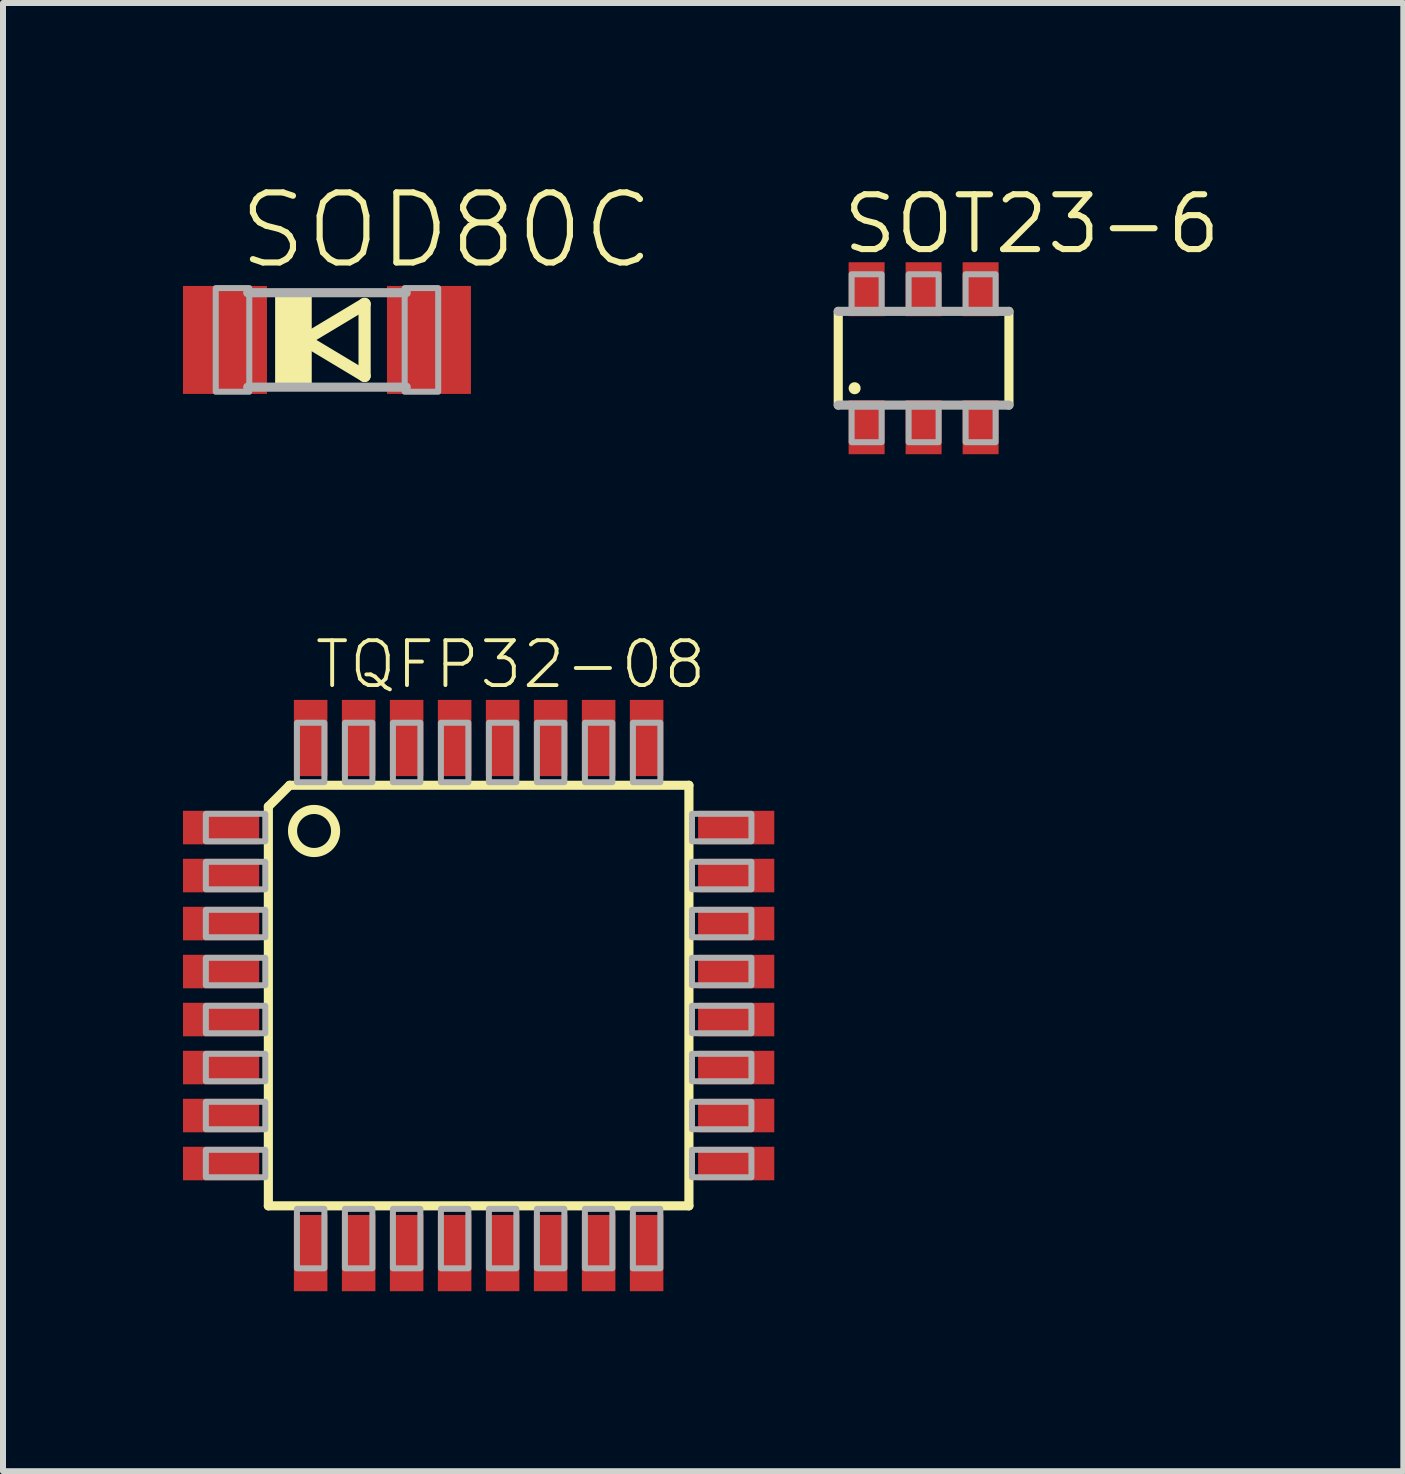
<source format=kicad_pcb>
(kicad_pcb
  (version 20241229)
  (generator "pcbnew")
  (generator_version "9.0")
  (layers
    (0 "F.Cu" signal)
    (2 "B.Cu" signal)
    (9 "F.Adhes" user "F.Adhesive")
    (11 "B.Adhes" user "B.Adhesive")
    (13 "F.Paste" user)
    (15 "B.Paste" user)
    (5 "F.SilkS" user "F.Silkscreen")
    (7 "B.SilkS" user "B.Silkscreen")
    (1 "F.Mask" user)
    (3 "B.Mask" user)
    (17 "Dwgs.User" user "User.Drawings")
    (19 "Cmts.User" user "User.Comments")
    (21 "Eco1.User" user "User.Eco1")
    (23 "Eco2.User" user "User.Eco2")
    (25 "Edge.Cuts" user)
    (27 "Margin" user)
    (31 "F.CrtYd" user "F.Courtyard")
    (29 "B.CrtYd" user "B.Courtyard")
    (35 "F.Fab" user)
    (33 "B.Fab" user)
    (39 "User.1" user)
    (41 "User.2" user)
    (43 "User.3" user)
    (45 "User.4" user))
  (footprint "TQFP32-08"
    (layer "F.Cu")
    (at 4.928 13.544)
    (property "Reference" "TQFP32-08" (at -2.769 -5.08 0) (unlocked yes) (layer "F.SilkS") (effects (font (size 0.748 0.748) (thickness 0.065)) (justify left bottom)))
    (fp_line (start -3.505 3.505) (end -3.505 -3.15) (stroke (width 0.152) (type solid)) (layer "F.SilkS"))
    (fp_line (start -3.15 -3.505) (end -3.505 -3.15) (stroke (width 0.152) (type solid)) (layer "F.SilkS"))
    (fp_line (start -3.15 -3.505) (end 3.505 -3.505) (stroke (width 0.152) (type solid)) (layer "F.SilkS"))
    (fp_line (start 3.505 -3.505) (end 3.505 3.505) (stroke (width 0.152) (type solid)) (layer "F.SilkS"))
    (fp_line (start 3.505 3.505) (end -3.505 3.505) (stroke (width 0.152) (type solid)) (layer "F.SilkS"))
    (fp_circle (center -2.743 -2.743) (end -2.384 -2.743) (stroke (width 0.152) (type solid)) (fill no) (layer "F.SilkS"))
    (fp_poly (pts (xy -4.547 -2.571) (xy -3.556 -2.571) (xy -3.556 -3.029) (xy -4.547 -3.029)) (stroke (width 0.1) (type default)) (fill no) (layer "F.Fab"))
    (fp_poly (pts (xy -4.547 -1.771) (xy -3.556 -1.771) (xy -3.556 -2.229) (xy -4.547 -2.229)) (stroke (width 0.1) (type default)) (fill no) (layer "F.Fab"))
    (fp_poly (pts (xy -4.547 -0.971) (xy -3.556 -0.971) (xy -3.556 -1.429) (xy -4.547 -1.429)) (stroke (width 0.1) (type default)) (fill no) (layer "F.Fab"))
    (fp_poly (pts (xy -4.547 -0.171) (xy -3.556 -0.171) (xy -3.556 -0.629) (xy -4.547 -0.629)) (stroke (width 0.1) (type default)) (fill no) (layer "F.Fab"))
    (fp_poly (pts (xy -4.547 0.629) (xy -3.556 0.629) (xy -3.556 0.171) (xy -4.547 0.171)) (stroke (width 0.1) (type default)) (fill no) (layer "F.Fab"))
    (fp_poly (pts (xy -4.547 1.429) (xy -3.556 1.429) (xy -3.556 0.971) (xy -4.547 0.971)) (stroke (width 0.1) (type default)) (fill no) (layer "F.Fab"))
    (fp_poly (pts (xy -4.547 2.229) (xy -3.556 2.229) (xy -3.556 1.771) (xy -4.547 1.771)) (stroke (width 0.1) (type default)) (fill no) (layer "F.Fab"))
    (fp_poly (pts (xy -4.547 3.029) (xy -3.556 3.029) (xy -3.556 2.571) (xy -4.547 2.571)) (stroke (width 0.1) (type default)) (fill no) (layer "F.Fab"))
    (fp_poly (pts (xy -3.029 -3.556) (xy -2.571 -3.556) (xy -2.571 -4.547) (xy -3.029 -4.547)) (stroke (width 0.1) (type default)) (fill no) (layer "F.Fab"))
    (fp_poly (pts (xy -3.029 4.547) (xy -2.571 4.547) (xy -2.571 3.556) (xy -3.029 3.556)) (stroke (width 0.1) (type default)) (fill no) (layer "F.Fab"))
    (fp_poly (pts (xy -2.229 -3.556) (xy -1.771 -3.556) (xy -1.771 -4.547) (xy -2.229 -4.547)) (stroke (width 0.1) (type default)) (fill no) (layer "F.Fab"))
    (fp_poly (pts (xy -2.229 4.547) (xy -1.771 4.547) (xy -1.771 3.556) (xy -2.229 3.556)) (stroke (width 0.1) (type default)) (fill no) (layer "F.Fab"))
    (fp_poly (pts (xy -1.429 -3.556) (xy -0.971 -3.556) (xy -0.971 -4.547) (xy -1.429 -4.547)) (stroke (width 0.1) (type default)) (fill no) (layer "F.Fab"))
    (fp_poly (pts (xy -1.429 4.547) (xy -0.971 4.547) (xy -0.971 3.556) (xy -1.429 3.556)) (stroke (width 0.1) (type default)) (fill no) (layer "F.Fab"))
    (fp_poly (pts (xy -0.629 -3.556) (xy -0.171 -3.556) (xy -0.171 -4.547) (xy -0.629 -4.547)) (stroke (width 0.1) (type default)) (fill no) (layer "F.Fab"))
    (fp_poly (pts (xy -0.629 4.547) (xy -0.171 4.547) (xy -0.171 3.556) (xy -0.629 3.556)) (stroke (width 0.1) (type default)) (fill no) (layer "F.Fab"))
    (fp_poly (pts (xy 0.171 -3.556) (xy 0.629 -3.556) (xy 0.629 -4.547) (xy 0.171 -4.547)) (stroke (width 0.1) (type default)) (fill no) (layer "F.Fab"))
    (fp_poly (pts (xy 0.171 4.547) (xy 0.629 4.547) (xy 0.629 3.556) (xy 0.171 3.556)) (stroke (width 0.1) (type default)) (fill no) (layer "F.Fab"))
    (fp_poly (pts (xy 0.971 -3.556) (xy 1.429 -3.556) (xy 1.429 -4.547) (xy 0.971 -4.547)) (stroke (width 0.1) (type default)) (fill no) (layer "F.Fab"))
    (fp_poly (pts (xy 0.971 4.547) (xy 1.429 4.547) (xy 1.429 3.556) (xy 0.971 3.556)) (stroke (width 0.1) (type default)) (fill no) (layer "F.Fab"))
    (fp_poly (pts (xy 1.771 -3.556) (xy 2.229 -3.556) (xy 2.229 -4.547) (xy 1.771 -4.547)) (stroke (width 0.1) (type default)) (fill no) (layer "F.Fab"))
    (fp_poly (pts (xy 1.771 4.547) (xy 2.229 4.547) (xy 2.229 3.556) (xy 1.771 3.556)) (stroke (width 0.1) (type default)) (fill no) (layer "F.Fab"))
    (fp_poly (pts (xy 2.571 -3.556) (xy 3.029 -3.556) (xy 3.029 -4.547) (xy 2.571 -4.547)) (stroke (width 0.1) (type default)) (fill no) (layer "F.Fab"))
    (fp_poly (pts (xy 2.571 4.547) (xy 3.029 4.547) (xy 3.029 3.556) (xy 2.571 3.556)) (stroke (width 0.1) (type default)) (fill no) (layer "F.Fab"))
    (fp_poly (pts (xy 3.556 -2.571) (xy 4.547 -2.571) (xy 4.547 -3.029) (xy 3.556 -3.029)) (stroke (width 0.1) (type default)) (fill no) (layer "F.Fab"))
    (fp_poly (pts (xy 3.556 -1.771) (xy 4.547 -1.771) (xy 4.547 -2.229) (xy 3.556 -2.229)) (stroke (width 0.1) (type default)) (fill no) (layer "F.Fab"))
    (fp_poly (pts (xy 3.556 -0.971) (xy 4.547 -0.971) (xy 4.547 -1.429) (xy 3.556 -1.429)) (stroke (width 0.1) (type default)) (fill no) (layer "F.Fab"))
    (fp_poly (pts (xy 3.556 -0.171) (xy 4.547 -0.171) (xy 4.547 -0.629) (xy 3.556 -0.629)) (stroke (width 0.1) (type default)) (fill no) (layer "F.Fab"))
    (fp_poly (pts (xy 3.556 0.629) (xy 4.547 0.629) (xy 4.547 0.171) (xy 3.556 0.171)) (stroke (width 0.1) (type default)) (fill no) (layer "F.Fab"))
    (fp_poly (pts (xy 3.556 1.429) (xy 4.547 1.429) (xy 4.547 0.971) (xy 3.556 0.971)) (stroke (width 0.1) (type default)) (fill no) (layer "F.Fab"))
    (fp_poly (pts (xy 3.556 2.229) (xy 4.547 2.229) (xy 4.547 1.771) (xy 3.556 1.771)) (stroke (width 0.1) (type default)) (fill no) (layer "F.Fab"))
    (fp_poly (pts (xy 3.556 3.029) (xy 4.547 3.029) (xy 4.547 2.571) (xy 3.556 2.571)) (stroke (width 0.1) (type default)) (fill no) (layer "F.Fab"))
    (pad "1" smd rect (at -4.293 -2.8) (size 1.27 0.559) (layers "F.Cu" "F.Mask" "F.Paste"))
    (pad "2" smd rect (at -4.293 -2) (size 1.27 0.559) (layers "F.Cu" "F.Mask" "F.Paste"))
    (pad "3" smd rect (at -4.293 -1.2) (size 1.27 0.559) (layers "F.Cu" "F.Mask" "F.Paste"))
    (pad "4" smd rect (at -4.293 -0.4) (size 1.27 0.559) (layers "F.Cu" "F.Mask" "F.Paste"))
    (pad "5" smd rect (at -4.293 0.4) (size 1.27 0.559) (layers "F.Cu" "F.Mask" "F.Paste"))
    (pad "6" smd rect (at -4.293 1.2) (size 1.27 0.559) (layers "F.Cu" "F.Mask" "F.Paste"))
    (pad "7" smd rect (at -4.293 2) (size 1.27 0.559) (layers "F.Cu" "F.Mask" "F.Paste"))
    (pad "8" smd rect (at -4.293 2.8) (size 1.27 0.559) (layers "F.Cu" "F.Mask" "F.Paste"))
    (pad "9" smd rect (at -2.8 4.293) (size 0.559 1.27) (layers "F.Cu" "F.Mask" "F.Paste"))
    (pad "10" smd rect (at -2 4.293) (size 0.559 1.27) (layers "F.Cu" "F.Mask" "F.Paste"))
    (pad "11" smd rect (at -1.2 4.293) (size 0.559 1.27) (layers "F.Cu" "F.Mask" "F.Paste"))
    (pad "12" smd rect (at -0.4 4.293) (size 0.559 1.27) (layers "F.Cu" "F.Mask" "F.Paste"))
    (pad "13" smd rect (at 0.4 4.293) (size 0.559 1.27) (layers "F.Cu" "F.Mask" "F.Paste"))
    (pad "14" smd rect (at 1.2 4.293) (size 0.559 1.27) (layers "F.Cu" "F.Mask" "F.Paste"))
    (pad "15" smd rect (at 2 4.293) (size 0.559 1.27) (layers "F.Cu" "F.Mask" "F.Paste"))
    (pad "16" smd rect (at 2.8 4.293) (size 0.559 1.27) (layers "F.Cu" "F.Mask" "F.Paste"))
    (pad "17" smd rect (at 4.293 2.8) (size 1.27 0.559) (layers "F.Cu" "F.Mask" "F.Paste"))
    (pad "18" smd rect (at 4.293 2) (size 1.27 0.559) (layers "F.Cu" "F.Mask" "F.Paste"))
    (pad "19" smd rect (at 4.293 1.2) (size 1.27 0.559) (layers "F.Cu" "F.Mask" "F.Paste"))
    (pad "20" smd rect (at 4.293 0.4) (size 1.27 0.559) (layers "F.Cu" "F.Mask" "F.Paste"))
    (pad "21" smd rect (at 4.293 -0.4) (size 1.27 0.559) (layers "F.Cu" "F.Mask" "F.Paste"))
    (pad "22" smd rect (at 4.293 -1.2) (size 1.27 0.559) (layers "F.Cu" "F.Mask" "F.Paste"))
    (pad "23" smd rect (at 4.293 -2) (size 1.27 0.559) (layers "F.Cu" "F.Mask" "F.Paste"))
    (pad "24" smd rect (at 4.293 -2.8) (size 1.27 0.559) (layers "F.Cu" "F.Mask" "F.Paste"))
    (pad "25" smd rect (at 2.8 -4.293) (size 0.559 1.27) (layers "F.Cu" "F.Mask" "F.Paste"))
    (pad "26" smd rect (at 2 -4.293) (size 0.559 1.27) (layers "F.Cu" "F.Mask" "F.Paste"))
    (pad "27" smd rect (at 1.2 -4.293) (size 0.559 1.27) (layers "F.Cu" "F.Mask" "F.Paste"))
    (pad "28" smd rect (at 0.4 -4.293) (size 0.559 1.27) (layers "F.Cu" "F.Mask" "F.Paste"))
    (pad "29" smd rect (at -0.4 -4.293) (size 0.559 1.27) (layers "F.Cu" "F.Mask" "F.Paste"))
    (pad "30" smd rect (at -1.2 -4.293) (size 0.559 1.27) (layers "F.Cu" "F.Mask" "F.Paste"))
    (pad "31" smd rect (at -2 -4.293) (size 0.559 1.27) (layers "F.Cu" "F.Mask" "F.Paste"))
    (pad "32" smd rect (at -2.8 -4.293) (size 0.559 1.27) (layers "F.Cu" "F.Mask" "F.Paste")))
  (footprint "SOD80C"
    (layer "F.Cu")
    (at 2.4 2.616)
    (property "Reference" "SOD80C" (at -1.524 -1.143 0) (unlocked yes) (layer "F.SilkS") (effects (font (size 1.168 1.168) (thickness 0.102)) (justify left bottom)))
    (fp_line (start -0.373 0) (end 0.627 0.6) (stroke (width 0.203) (type solid)) (layer "F.SilkS"))
    (fp_line (start 0.627 -0.6) (end -0.373 0) (stroke (width 0.203) (type solid)) (layer "F.SilkS"))
    (fp_line (start 0.627 0.6) (end 0.627 -0.6) (stroke (width 0.203) (type solid)) (layer "F.SilkS"))
    (fp_poly (pts (xy -0.864 0.787) (xy -0.254 0.787) (xy -0.254 -0.787) (xy -0.864 -0.787)) (stroke (width 0) (type default)) (fill yes) (layer "F.SilkS"))
    (fp_line (start 1.321 -0.787) (end -1.321 -0.787) (stroke (width 0.152) (type solid)) (layer "F.Fab"))
    (fp_line (start 1.321 0.787) (end -1.321 0.787) (stroke (width 0.152) (type solid)) (layer "F.Fab"))
    (fp_poly (pts (xy -1.854 0.864) (xy -1.295 0.864) (xy -1.295 -0.864) (xy -1.854 -0.864)) (stroke (width 0.1) (type default)) (fill no) (layer "F.Fab"))
    (fp_poly (pts (xy 1.295 0.864) (xy 1.854 0.864) (xy 1.854 -0.864) (xy 1.295 -0.864)) (stroke (width 0.1) (type default)) (fill no) (layer "F.Fab"))
    (pad "A" smd rect (at 1.7 0) (size 1.4 1.8) (layers "F.Cu" "F.Mask" "F.Paste"))
    (pad "C" smd rect (at -1.7 0) (size 1.4 1.8) (layers "F.Cu" "F.Mask" "F.Paste")))
  (footprint "SOT23-6"
    (layer "F.Cu")
    (at 12.345 2.921)
    (property "Reference" "SOT23-6" (at -1.397 -1.702 0) (unlocked yes) (layer "F.SilkS") (effects (font (size 0.914 0.914) (thickness 0.102)) (justify left bottom)))
    (fp_line (start -1.423 0.781) (end -1.423 -0.781) (stroke (width 0.152) (type solid)) (layer "F.SilkS"))
    (fp_line (start 1.422 -0.781) (end 1.422 0.781) (stroke (width 0.152) (type solid)) (layer "F.SilkS"))
    (fp_circle (center -1.15 0.5) (end -1.1 0.5) (stroke (width 0.1) (type solid)) (fill yes) (layer "F.SilkS"))
    (fp_line (start -1.423 -0.781) (end 1.422 -0.781) (stroke (width 0.152) (type solid)) (layer "F.Fab"))
    (fp_line (start 1.422 0.781) (end -1.423 0.781) (stroke (width 0.152) (type solid)) (layer "F.Fab"))
    (fp_poly (pts (xy -1.2 -0.8) (xy -0.7 -0.8) (xy -0.7 -1.4) (xy -1.2 -1.4)) (stroke (width 0.1) (type default)) (fill no) (layer "F.Fab"))
    (fp_poly (pts (xy -1.2 1.4) (xy -0.7 1.4) (xy -0.7 0.8) (xy -1.2 0.8)) (stroke (width 0.1) (type default)) (fill no) (layer "F.Fab"))
    (fp_poly (pts (xy -0.25 -0.8) (xy 0.25 -0.8) (xy 0.25 -1.4) (xy -0.25 -1.4)) (stroke (width 0.1) (type default)) (fill no) (layer "F.Fab"))
    (fp_poly (pts (xy -0.25 1.4) (xy 0.25 1.4) (xy 0.25 0.8) (xy -0.25 0.8)) (stroke (width 0.1) (type default)) (fill no) (layer "F.Fab"))
    (fp_poly (pts (xy 0.7 -0.8) (xy 1.2 -0.8) (xy 1.2 -1.4) (xy 0.7 -1.4)) (stroke (width 0.1) (type default)) (fill no) (layer "F.Fab"))
    (fp_poly (pts (xy 0.7 1.4) (xy 1.2 1.4) (xy 1.2 0.8) (xy 0.7 0.8)) (stroke (width 0.1) (type default)) (fill no) (layer "F.Fab"))
    (pad "1" smd rect (at -0.95 1.15) (size 0.6 0.9) (layers "F.Cu" "F.Mask" "F.Paste"))
    (pad "2" smd rect (at 0 1.15) (size 0.6 0.9) (layers "F.Cu" "F.Mask" "F.Paste"))
    (pad "3" smd rect (at 0.95 1.15) (size 0.6 0.9) (layers "F.Cu" "F.Mask" "F.Paste"))
    (pad "4" smd rect (at 0.95 -1.15) (size 0.6 0.9) (layers "F.Cu" "F.Mask" "F.Paste"))
    (pad "5" smd rect (at 0 -1.15) (size 0.6 0.9) (layers "F.Cu" "F.Mask" "F.Paste"))
    (pad "6" smd rect (at -0.95 -1.15) (size 0.6 0.9) (layers "F.Cu" "F.Mask" "F.Paste")))
  (gr_rect
    (start -3 -3)
    (end 20.341 21.472)
    (stroke (width 0.1) (type default))
    (fill no)
    (layer "Edge.Cuts")))
</source>
